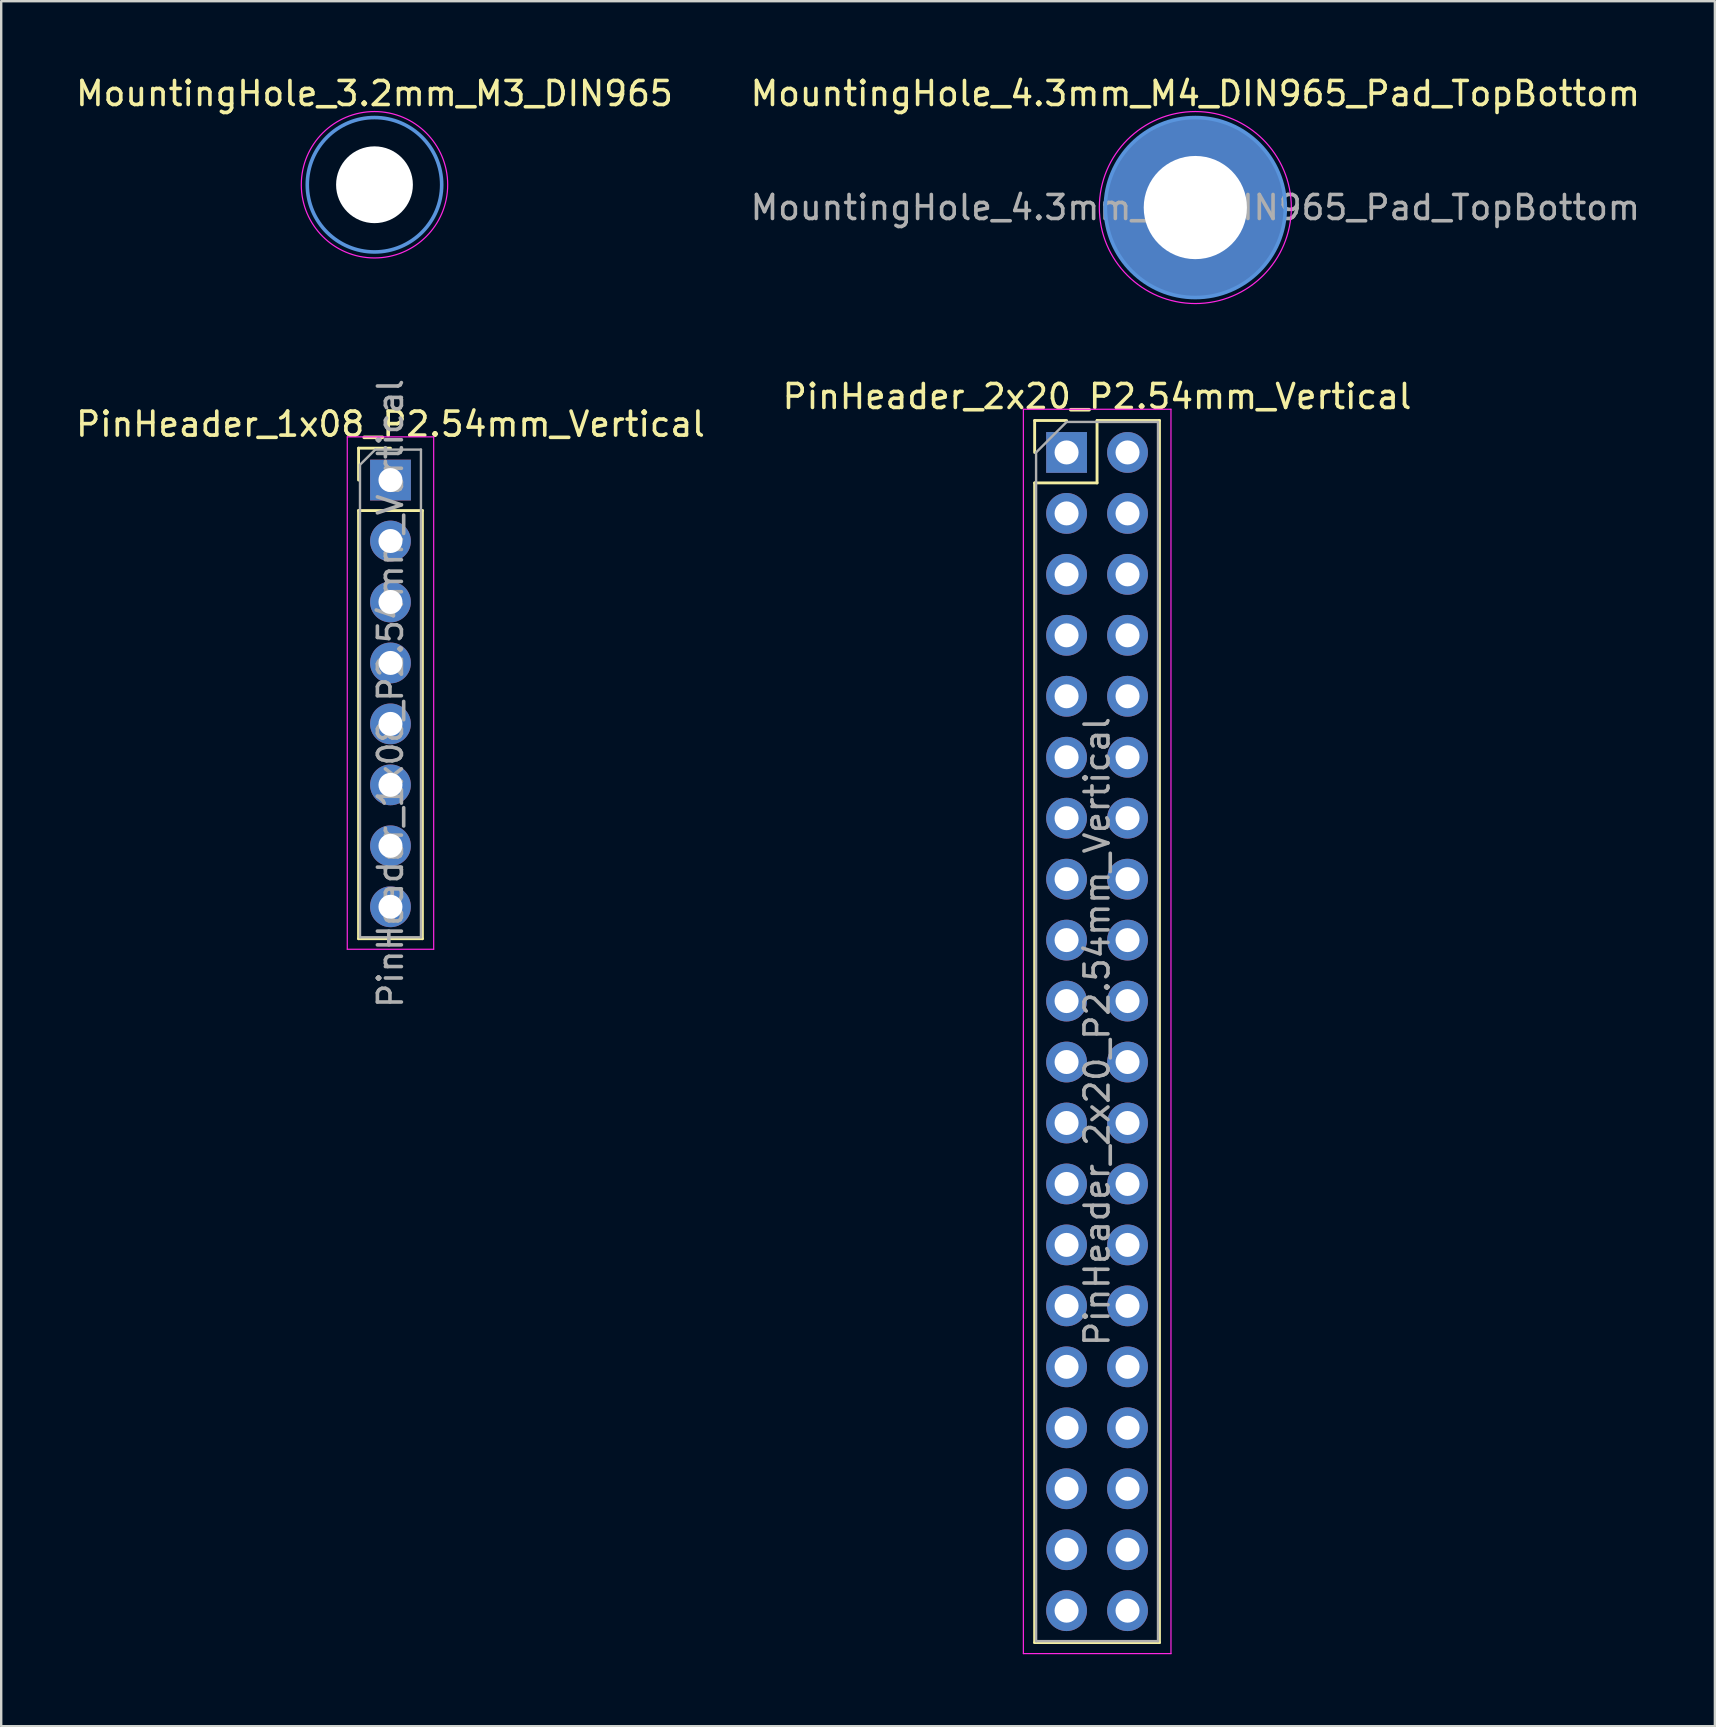
<source format=kicad_pcb>
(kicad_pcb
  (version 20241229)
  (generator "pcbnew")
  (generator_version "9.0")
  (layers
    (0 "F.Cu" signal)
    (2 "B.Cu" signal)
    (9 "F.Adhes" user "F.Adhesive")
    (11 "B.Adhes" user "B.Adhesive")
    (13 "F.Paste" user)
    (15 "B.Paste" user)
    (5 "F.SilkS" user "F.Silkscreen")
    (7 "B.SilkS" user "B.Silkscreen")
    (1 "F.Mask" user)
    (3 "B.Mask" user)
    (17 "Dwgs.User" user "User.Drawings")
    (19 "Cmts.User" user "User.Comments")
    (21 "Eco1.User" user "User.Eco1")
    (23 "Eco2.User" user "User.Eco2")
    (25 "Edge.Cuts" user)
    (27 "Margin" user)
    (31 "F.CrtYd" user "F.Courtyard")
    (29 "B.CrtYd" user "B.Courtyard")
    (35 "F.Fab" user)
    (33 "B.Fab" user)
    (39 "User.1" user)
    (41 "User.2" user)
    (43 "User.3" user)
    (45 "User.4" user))
  (footprint "MountingHole_3.2mm_M3_DIN965"
    (layer "F.Cu")
    (at 12.554 4.648)
    (property "Reference" "MountingHole_3.2mm_M3_DIN965" (at 0 -3.8 0) (layer "F.SilkS") (effects (font (size 1 1) (thickness 0.15))))
    (attr board_only exclude_from_pos_files exclude_from_bom)
    (fp_circle (center 0 0) (end 2.8 0) (stroke (width 0.15) (type solid)) (fill no) (layer "Cmts.User"))
    (fp_circle (center 0 0) (end 3.05 0) (stroke (width 0.05) (type solid)) (fill no) (layer "F.CrtYd"))
    (pad "" np_thru_hole circle (at 0 0 180) (size 3.2 3.2) (drill 3.2) (layers "*.Cu" "*.Mask")))
  (footprint "MountingHole_4.3mm_M4_DIN965_Pad_TopBottom"
    (layer "F.Cu")
    (at 46.756 5.598)
    (property "Reference" "MountingHole_4.3mm_M4_DIN965_Pad_TopBottom" (at 0 -4.75 0) (layer "F.SilkS") (effects (font (size 1 1) (thickness 0.15))))
    (attr exclude_from_pos_files exclude_from_bom)
    (fp_circle (center 0 0) (end 3.75 0) (stroke (width 0.15) (type solid)) (fill no) (layer "Cmts.User"))
    (fp_circle (center 0 0) (end 4 0) (stroke (width 0.05) (type solid)) (fill no) (layer "F.CrtYd"))
    (fp_text user "${REFERENCE}" (at 0 0 0) (layer "F.Fab") (effects (font (size 1 1) (thickness 0.15))))
    (pad "1" thru_hole circle (at 0 0) (size 4.7 4.7) (drill 4.3) (layers "*.Cu" "*.Mask"))
    (pad "1" connect circle (at 0 0) (size 7.5 7.5) (layers "F.Cu" "F.Mask"))
    (pad "1" connect circle (at 0 0) (size 7.5 7.5) (layers "B.Cu" "B.Mask")))
  (footprint "PinHeader_1x08_P2.54mm_Vertical"
    (layer "F.Cu")
    (at 13.22 16.953)
    (property "Reference" "PinHeader_1x08_P2.54mm_Vertical" (at 0 -2.33 180) (layer "F.SilkS") (effects (font (size 1 1) (thickness 0.15))))
    (attr through_hole)
    (fp_line (start -1.33 -1.33) (end 0 -1.33) (stroke (width 0.12) (type solid)) (layer "F.SilkS"))
    (fp_line (start -1.33 0) (end -1.33 -1.33) (stroke (width 0.12) (type solid)) (layer "F.SilkS"))
    (fp_line (start -1.33 1.27) (end -1.33 19.11) (stroke (width 0.12) (type solid)) (layer "F.SilkS"))
    (fp_line (start -1.33 1.27) (end 1.33 1.27) (stroke (width 0.12) (type solid)) (layer "F.SilkS"))
    (fp_line (start -1.33 19.11) (end 1.33 19.11) (stroke (width 0.12) (type solid)) (layer "F.SilkS"))
    (fp_line (start 1.33 1.27) (end 1.33 19.11) (stroke (width 0.12) (type solid)) (layer "F.SilkS"))
    (fp_line (start -1.8 -1.8) (end -1.8 19.55) (stroke (width 0.05) (type solid)) (layer "F.CrtYd"))
    (fp_line (start -1.8 19.55) (end 1.8 19.55) (stroke (width 0.05) (type solid)) (layer "F.CrtYd"))
    (fp_line (start 1.8 -1.8) (end -1.8 -1.8) (stroke (width 0.05) (type solid)) (layer "F.CrtYd"))
    (fp_line (start 1.8 19.55) (end 1.8 -1.8) (stroke (width 0.05) (type solid)) (layer "F.CrtYd"))
    (fp_line (start -1.27 -0.635) (end -0.635 -1.27) (stroke (width 0.1) (type solid)) (layer "F.Fab"))
    (fp_line (start -1.27 19.05) (end -1.27 -0.635) (stroke (width 0.1) (type solid)) (layer "F.Fab"))
    (fp_line (start -0.635 -1.27) (end 1.27 -1.27) (stroke (width 0.1) (type solid)) (layer "F.Fab"))
    (fp_line (start 1.27 -1.27) (end 1.27 19.05) (stroke (width 0.1) (type solid)) (layer "F.Fab"))
    (fp_line (start 1.27 19.05) (end -1.27 19.05) (stroke (width 0.1) (type solid)) (layer "F.Fab"))
    (fp_text user "${REFERENCE}" (at 0 8.89 90) (layer "F.Fab") (effects (font (size 1 1) (thickness 0.15))))
    (pad "1" thru_hole rect (at 0 0) (size 1.7 1.7) (drill 1) (layers "*.Cu" "*.Mask"))
    (pad "2" thru_hole oval (at 0 2.54) (size 1.7 1.7) (drill 1) (layers "*.Cu" "*.Mask"))
    (pad "3" thru_hole oval (at 0 5.08) (size 1.7 1.7) (drill 1) (layers "*.Cu" "*.Mask"))
    (pad "4" thru_hole oval (at 0 7.62) (size 1.7 1.7) (drill 1) (layers "*.Cu" "*.Mask"))
    (pad "5" thru_hole oval (at 0 10.16) (size 1.7 1.7) (drill 1) (layers "*.Cu" "*.Mask"))
    (pad "6" thru_hole oval (at 0 12.7) (size 1.7 1.7) (drill 1) (layers "*.Cu" "*.Mask"))
    (pad "7" thru_hole oval (at 0 15.24) (size 1.7 1.7) (drill 1) (layers "*.Cu" "*.Mask"))
    (pad "8" thru_hole oval (at 0 17.78) (size 1.7 1.7) (drill 1) (layers "*.Cu" "*.Mask")))
  (footprint "PinHeader_2x20_P2.54mm_Vertical"
    (layer "F.Cu")
    (at 41.391 15.802)
    (property "Reference" "PinHeader_2x20_P2.54mm_Vertical" (at 1.27 -2.33 0) (layer "F.SilkS") (effects (font (size 1 1) (thickness 0.15))))
    (attr through_hole)
    (fp_line (start -1.33 -1.33) (end 0 -1.33) (stroke (width 0.12) (type solid)) (layer "F.SilkS"))
    (fp_line (start -1.33 0) (end -1.33 -1.33) (stroke (width 0.12) (type solid)) (layer "F.SilkS"))
    (fp_line (start -1.33 1.27) (end -1.33 49.59) (stroke (width 0.12) (type solid)) (layer "F.SilkS"))
    (fp_line (start -1.33 1.27) (end 1.27 1.27) (stroke (width 0.12) (type solid)) (layer "F.SilkS"))
    (fp_line (start -1.33 49.59) (end 3.87 49.59) (stroke (width 0.12) (type solid)) (layer "F.SilkS"))
    (fp_line (start 1.27 -1.33) (end 3.87 -1.33) (stroke (width 0.12) (type solid)) (layer "F.SilkS"))
    (fp_line (start 1.27 1.27) (end 1.27 -1.33) (stroke (width 0.12) (type solid)) (layer "F.SilkS"))
    (fp_line (start 3.87 -1.33) (end 3.87 49.59) (stroke (width 0.12) (type solid)) (layer "F.SilkS"))
    (fp_line (start -1.8 -1.8) (end -1.8 50.05) (stroke (width 0.05) (type solid)) (layer "F.CrtYd"))
    (fp_line (start -1.8 50.05) (end 4.35 50.05) (stroke (width 0.05) (type solid)) (layer "F.CrtYd"))
    (fp_line (start 4.35 -1.8) (end -1.8 -1.8) (stroke (width 0.05) (type solid)) (layer "F.CrtYd"))
    (fp_line (start 4.35 50.05) (end 4.35 -1.8) (stroke (width 0.05) (type solid)) (layer "F.CrtYd"))
    (fp_line (start -1.27 0) (end 0 -1.27) (stroke (width 0.1) (type solid)) (layer "F.Fab"))
    (fp_line (start -1.27 49.53) (end -1.27 0) (stroke (width 0.1) (type solid)) (layer "F.Fab"))
    (fp_line (start 0 -1.27) (end 3.81 -1.27) (stroke (width 0.1) (type solid)) (layer "F.Fab"))
    (fp_line (start 3.81 -1.27) (end 3.81 49.53) (stroke (width 0.1) (type solid)) (layer "F.Fab"))
    (fp_line (start 3.81 49.53) (end -1.27 49.53) (stroke (width 0.1) (type solid)) (layer "F.Fab"))
    (fp_text user "${REFERENCE}" (at 1.27 24.13 270) (layer "F.Fab") (effects (font (size 1 1) (thickness 0.15))))
    (pad "1" thru_hole rect (at 0 0) (size 1.7 1.7) (drill 1) (layers "*.Cu" "*.Mask"))
    (pad "2" thru_hole oval (at 2.54 0) (size 1.7 1.7) (drill 1) (layers "*.Cu" "*.Mask"))
    (pad "3" thru_hole oval (at 0 2.54) (size 1.7 1.7) (drill 1) (layers "*.Cu" "*.Mask"))
    (pad "4" thru_hole oval (at 2.54 2.54) (size 1.7 1.7) (drill 1) (layers "*.Cu" "*.Mask"))
    (pad "5" thru_hole oval (at 0 5.08) (size 1.7 1.7) (drill 1) (layers "*.Cu" "*.Mask"))
    (pad "6" thru_hole oval (at 2.54 5.08) (size 1.7 1.7) (drill 1) (layers "*.Cu" "*.Mask"))
    (pad "7" thru_hole oval (at 0 7.62) (size 1.7 1.7) (drill 1) (layers "*.Cu" "*.Mask"))
    (pad "8" thru_hole oval (at 2.54 7.62) (size 1.7 1.7) (drill 1) (layers "*.Cu" "*.Mask"))
    (pad "9" thru_hole oval (at 0 10.16) (size 1.7 1.7) (drill 1) (layers "*.Cu" "*.Mask"))
    (pad "10" thru_hole oval (at 2.54 10.16) (size 1.7 1.7) (drill 1) (layers "*.Cu" "*.Mask"))
    (pad "11" thru_hole oval (at 0 12.7) (size 1.7 1.7) (drill 1) (layers "*.Cu" "*.Mask"))
    (pad "12" thru_hole oval (at 2.54 12.7) (size 1.7 1.7) (drill 1) (layers "*.Cu" "*.Mask"))
    (pad "13" thru_hole oval (at 0 15.24) (size 1.7 1.7) (drill 1) (layers "*.Cu" "*.Mask"))
    (pad "14" thru_hole oval (at 2.54 15.24) (size 1.7 1.7) (drill 1) (layers "*.Cu" "*.Mask"))
    (pad "15" thru_hole oval (at 0 17.78) (size 1.7 1.7) (drill 1) (layers "*.Cu" "*.Mask"))
    (pad "16" thru_hole oval (at 2.54 17.78) (size 1.7 1.7) (drill 1) (layers "*.Cu" "*.Mask"))
    (pad "17" thru_hole oval (at 0 20.32) (size 1.7 1.7) (drill 1) (layers "*.Cu" "*.Mask"))
    (pad "18" thru_hole oval (at 2.54 20.32) (size 1.7 1.7) (drill 1) (layers "*.Cu" "*.Mask"))
    (pad "19" thru_hole oval (at 0 22.86) (size 1.7 1.7) (drill 1) (layers "*.Cu" "*.Mask"))
    (pad "20" thru_hole oval (at 2.54 22.86) (size 1.7 1.7) (drill 1) (layers "*.Cu" "*.Mask"))
    (pad "21" thru_hole oval (at 0 25.4) (size 1.7 1.7) (drill 1) (layers "*.Cu" "*.Mask"))
    (pad "22" thru_hole oval (at 2.54 25.4) (size 1.7 1.7) (drill 1) (layers "*.Cu" "*.Mask"))
    (pad "23" thru_hole oval (at 0 27.94) (size 1.7 1.7) (drill 1) (layers "*.Cu" "*.Mask"))
    (pad "24" thru_hole oval (at 2.54 27.94) (size 1.7 1.7) (drill 1) (layers "*.Cu" "*.Mask"))
    (pad "25" thru_hole oval (at 0 30.48) (size 1.7 1.7) (drill 1) (layers "*.Cu" "*.Mask"))
    (pad "26" thru_hole oval (at 2.54 30.48) (size 1.7 1.7) (drill 1) (layers "*.Cu" "*.Mask"))
    (pad "27" thru_hole oval (at 0 33.02) (size 1.7 1.7) (drill 1) (layers "*.Cu" "*.Mask"))
    (pad "28" thru_hole oval (at 2.54 33.02) (size 1.7 1.7) (drill 1) (layers "*.Cu" "*.Mask"))
    (pad "29" thru_hole oval (at 0 35.56) (size 1.7 1.7) (drill 1) (layers "*.Cu" "*.Mask"))
    (pad "30" thru_hole oval (at 2.54 35.56) (size 1.7 1.7) (drill 1) (layers "*.Cu" "*.Mask"))
    (pad "31" thru_hole oval (at 0 38.1) (size 1.7 1.7) (drill 1) (layers "*.Cu" "*.Mask"))
    (pad "32" thru_hole oval (at 2.54 38.1) (size 1.7 1.7) (drill 1) (layers "*.Cu" "*.Mask"))
    (pad "33" thru_hole oval (at 0 40.64) (size 1.7 1.7) (drill 1) (layers "*.Cu" "*.Mask"))
    (pad "34" thru_hole oval (at 2.54 40.64) (size 1.7 1.7) (drill 1) (layers "*.Cu" "*.Mask"))
    (pad "35" thru_hole oval (at 0 43.18) (size 1.7 1.7) (drill 1) (layers "*.Cu" "*.Mask"))
    (pad "36" thru_hole oval (at 2.54 43.18) (size 1.7 1.7) (drill 1) (layers "*.Cu" "*.Mask"))
    (pad "37" thru_hole oval (at 0 45.72) (size 1.7 1.7) (drill 1) (layers "*.Cu" "*.Mask"))
    (pad "38" thru_hole oval (at 2.54 45.72) (size 1.7 1.7) (drill 1) (layers "*.Cu" "*.Mask"))
    (pad "39" thru_hole oval (at 0 48.26) (size 1.7 1.7) (drill 1) (layers "*.Cu" "*.Mask"))
    (pad "40" thru_hole oval (at 2.54 48.26) (size 1.7 1.7) (drill 1) (layers "*.Cu" "*.Mask")))
  (gr_rect
    (start -3 -3)
    (end 68.405 68.876)
    (stroke (width 0.1) (type default))
    (fill no)
    (layer "Edge.Cuts")))
</source>
